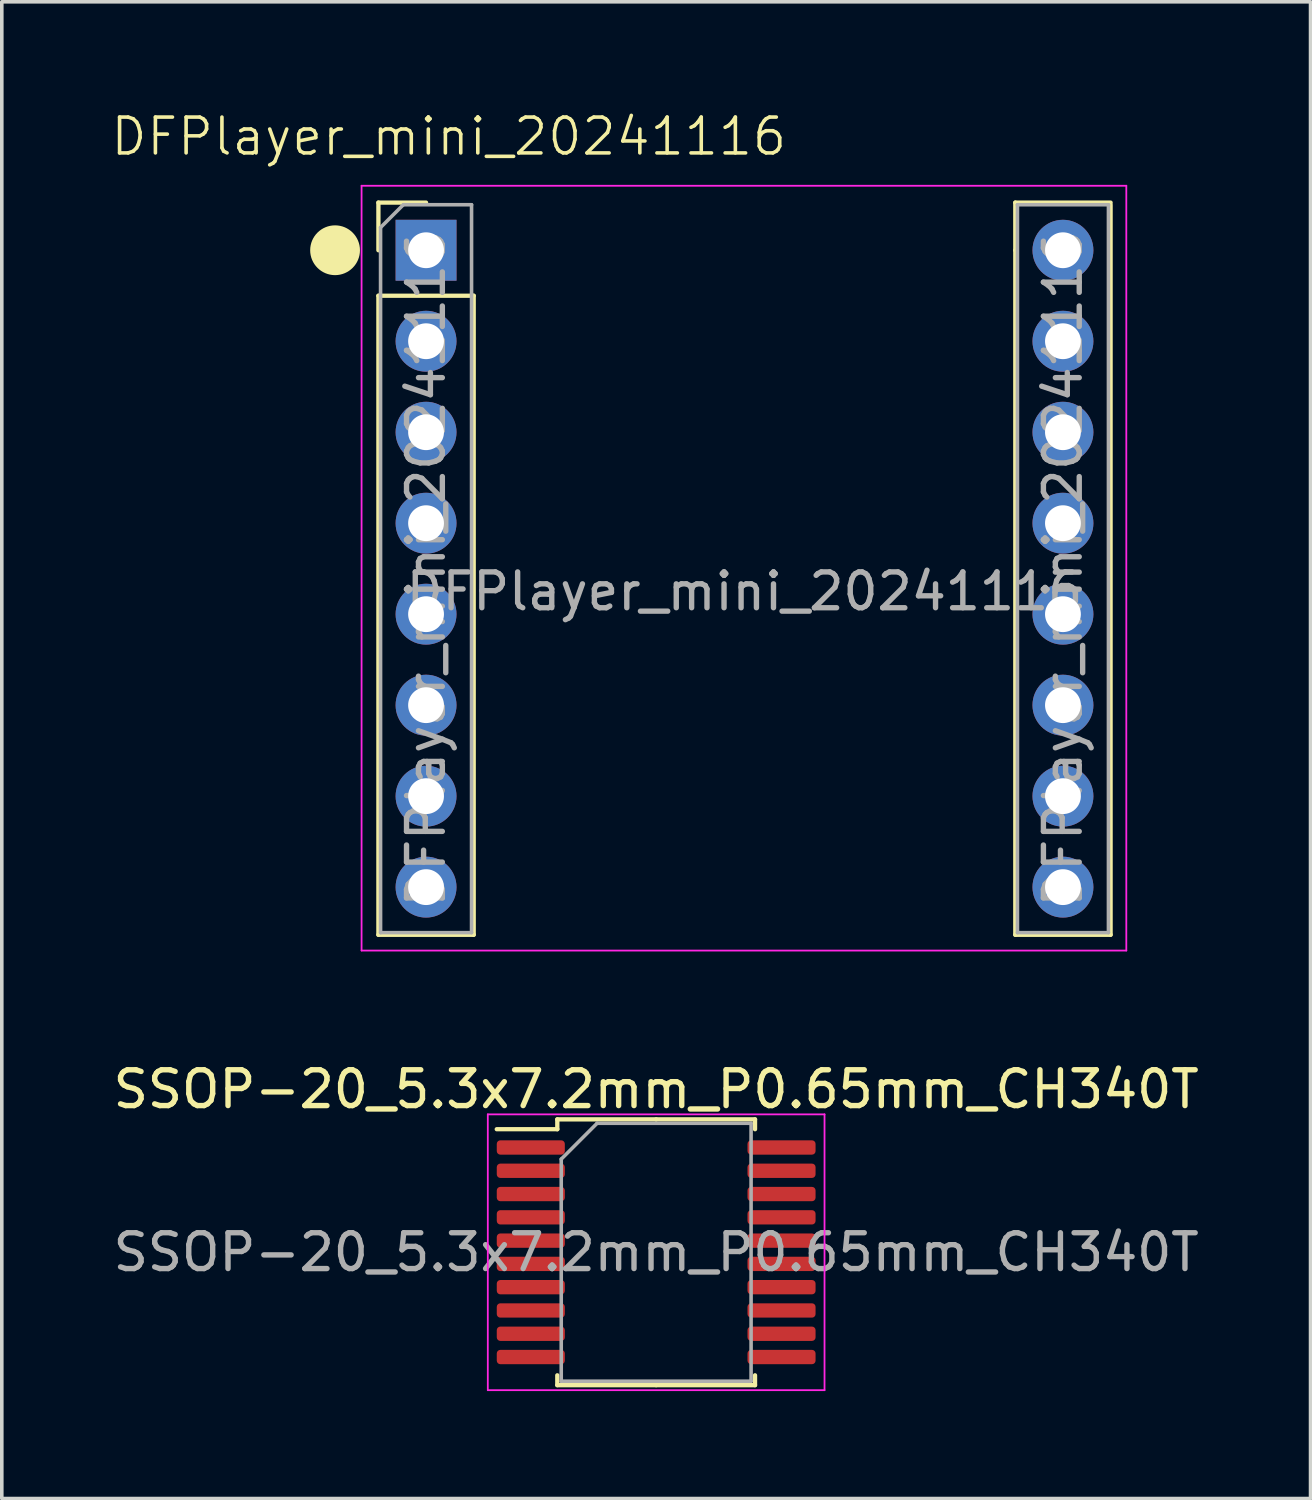
<source format=kicad_pcb>
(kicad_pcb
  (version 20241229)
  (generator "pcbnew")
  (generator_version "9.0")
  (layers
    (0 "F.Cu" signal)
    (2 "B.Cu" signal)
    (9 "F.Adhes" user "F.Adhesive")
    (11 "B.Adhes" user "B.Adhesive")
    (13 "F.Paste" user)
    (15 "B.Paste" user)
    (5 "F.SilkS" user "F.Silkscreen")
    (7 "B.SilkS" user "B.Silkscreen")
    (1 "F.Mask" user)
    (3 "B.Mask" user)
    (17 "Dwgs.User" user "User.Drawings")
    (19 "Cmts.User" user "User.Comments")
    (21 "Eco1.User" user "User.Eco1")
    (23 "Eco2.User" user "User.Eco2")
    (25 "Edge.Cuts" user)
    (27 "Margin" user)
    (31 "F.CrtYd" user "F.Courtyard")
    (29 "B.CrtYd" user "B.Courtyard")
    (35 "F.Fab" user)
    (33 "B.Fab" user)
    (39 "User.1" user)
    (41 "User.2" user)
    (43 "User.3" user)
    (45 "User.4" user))
  (footprint "DFPlayer_mini_20241116"
    (layer "F.Cu")
    (at 8.844 3.936)
    (property "Reference" "DFPlayer_mini_20241116" (at 0.635 -3.175 0) (unlocked yes) (layer "F.SilkS") (effects (font (size 1 1) (thickness 0.1))))
    (attr through_hole)
    (fp_line (start -1.33 -1.33) (end 0 -1.33) (stroke (width 0.12) (type solid)) (layer "F.SilkS"))
    (fp_line (start -1.33 0) (end -1.33 -1.33) (stroke (width 0.12) (type solid)) (layer "F.SilkS"))
    (fp_line (start -1.33 1.27) (end -1.33 19.11) (stroke (width 0.12) (type solid)) (layer "F.SilkS"))
    (fp_line (start -1.33 1.27) (end 1.33 1.27) (stroke (width 0.12) (type solid)) (layer "F.SilkS"))
    (fp_line (start -1.33 19.11) (end 1.33 19.11) (stroke (width 0.12) (type solid)) (layer "F.SilkS"))
    (fp_line (start 1.33 1.27) (end 1.33 19.11) (stroke (width 0.12) (type solid)) (layer "F.SilkS"))
    (fp_line (start 16.45 -1.33) (end 19.11 -1.33) (stroke (width 0.12) (type solid)) (layer "F.SilkS"))
    (fp_line (start 16.45 0) (end 16.45 -1.33) (stroke (width 0.12) (type solid)) (layer "F.SilkS"))
    (fp_line (start 16.45 0) (end 16.45 19.11) (stroke (width 0.12) (type solid)) (layer "F.SilkS"))
    (fp_line (start 16.45 19.11) (end 19.11 19.11) (stroke (width 0.12) (type solid)) (layer "F.SilkS"))
    (fp_line (start 19.11 -1.27) (end 19.11 19.11) (stroke (width 0.12) (type solid)) (layer "F.SilkS"))
    (fp_circle (center -2.54 0) (end -1.905 0) (stroke (width 0.12) (type solid)) (fill yes) (layer "F.SilkS"))
    (fp_line (start -1.8 -1.8) (end -1.8 19.55) (stroke (width 0.05) (type solid)) (layer "F.CrtYd"))
    (fp_line (start -1.8 19.55) (end 19.549 19.55) (stroke (width 0.05) (type solid)) (layer "F.CrtYd"))
    (fp_line (start 19.549 -1.8) (end -1.8 -1.8) (stroke (width 0.05) (type solid)) (layer "F.CrtYd"))
    (fp_line (start 19.549 19.55) (end 19.549 -1.8) (stroke (width 0.05) (type solid)) (layer "F.CrtYd"))
    (fp_line (start -1.27 -0.635) (end -0.635 -1.27) (stroke (width 0.1) (type solid)) (layer "F.Fab"))
    (fp_line (start -1.27 19.05) (end -1.27 -0.635) (stroke (width 0.1) (type solid)) (layer "F.Fab"))
    (fp_line (start -0.635 -1.27) (end 1.27 -1.27) (stroke (width 0.1) (type solid)) (layer "F.Fab"))
    (fp_line (start 1.27 -1.27) (end 1.27 19.05) (stroke (width 0.1) (type solid)) (layer "F.Fab"))
    (fp_line (start 1.27 19.05) (end -1.27 19.05) (stroke (width 0.1) (type solid)) (layer "F.Fab"))
    (fp_line (start 16.51 -1.27) (end 19.05 -1.27) (stroke (width 0.1) (type solid)) (layer "F.Fab"))
    (fp_line (start 16.51 19.05) (end 16.51 -1.27) (stroke (width 0.1) (type solid)) (layer "F.Fab"))
    (fp_line (start 19.05 -1.27) (end 19.05 19.05) (stroke (width 0.1) (type solid)) (layer "F.Fab"))
    (fp_line (start 19.05 19.05) (end 16.51 19.05) (stroke (width 0.1) (type solid)) (layer "F.Fab"))
    (fp_text user "${REFERENCE}" (at 17.78 8.89 90) (layer "F.Fab") (effects (font (size 1 1) (thickness 0.15))))
    (fp_text user "${REFERENCE}" (at 0 8.89 90) (layer "F.Fab") (effects (font (size 1 1) (thickness 0.15))))
    (fp_text user "${REFERENCE}" (at 8.89 9.525 0) (unlocked yes) (layer "F.Fab") (effects (font (size 1 1) (thickness 0.15))))
    (pad "1" thru_hole rect (at 0 0) (size 1.7 1.7) (drill 1) (layers "*.Cu" "*.Mask"))
    (pad "2" thru_hole oval (at 0 2.54) (size 1.7 1.7) (drill 1) (layers "*.Cu" "*.Mask"))
    (pad "3" thru_hole oval (at 0 5.08) (size 1.7 1.7) (drill 1) (layers "*.Cu" "*.Mask"))
    (pad "4" thru_hole oval (at 0 7.62) (size 1.7 1.7) (drill 1) (layers "*.Cu" "*.Mask"))
    (pad "5" thru_hole oval (at 0 10.16) (size 1.7 1.7) (drill 1) (layers "*.Cu" "*.Mask"))
    (pad "6" thru_hole oval (at 0 12.7) (size 1.7 1.7) (drill 1) (layers "*.Cu" "*.Mask"))
    (pad "7" thru_hole oval (at 0 15.24) (size 1.7 1.7) (drill 1) (layers "*.Cu" "*.Mask"))
    (pad "8" thru_hole oval (at 0 17.78) (size 1.7 1.7) (drill 1) (layers "*.Cu" "*.Mask"))
    (pad "9" thru_hole oval (at 17.78 17.78) (size 1.7 1.7) (drill 1) (layers "*.Cu" "*.Mask"))
    (pad "10" thru_hole oval (at 17.78 15.24) (size 1.7 1.7) (drill 1) (layers "*.Cu" "*.Mask"))
    (pad "11" thru_hole oval (at 17.78 12.7) (size 1.7 1.7) (drill 1) (layers "*.Cu" "*.Mask"))
    (pad "12" thru_hole oval (at 17.78 10.16) (size 1.7 1.7) (drill 1) (layers "*.Cu" "*.Mask"))
    (pad "13" thru_hole oval (at 17.78 7.62) (size 1.7 1.7) (drill 1) (layers "*.Cu" "*.Mask"))
    (pad "14" thru_hole oval (at 17.78 5.08) (size 1.7 1.7) (drill 1) (layers "*.Cu" "*.Mask"))
    (pad "15" thru_hole oval (at 17.78 2.54) (size 1.7 1.7) (drill 1) (layers "*.Cu" "*.Mask"))
    (pad "16" thru_hole oval (at 17.78 0) (size 1.7 1.7) (drill 1) (layers "*.Cu" "*.Mask")))
  (footprint "SSOP-20_5.3x7.2mm_P0.65mm_CH340T"
    (layer "F.Cu")
    (at 15.268 31.909)
    (property "Reference" "SSOP-20_5.3x7.2mm_P0.65mm_CH340T" (at 0 -4.55 0) (layer "F.SilkS") (effects (font (size 1 1) (thickness 0.15))))
    (attr smd)
    (fp_line (start -2.76 -3.71) (end -2.76 -3.435) (stroke (width 0.12) (type solid)) (layer "F.SilkS"))
    (fp_line (start -2.76 -3.435) (end -4.45 -3.435) (stroke (width 0.12) (type solid)) (layer "F.SilkS"))
    (fp_line (start -2.76 3.71) (end -2.76 3.435) (stroke (width 0.12) (type solid)) (layer "F.SilkS"))
    (fp_line (start 0 -3.71) (end -2.76 -3.71) (stroke (width 0.12) (type solid)) (layer "F.SilkS"))
    (fp_line (start 0 -3.71) (end 2.76 -3.71) (stroke (width 0.12) (type solid)) (layer "F.SilkS"))
    (fp_line (start 0 3.71) (end -2.76 3.71) (stroke (width 0.12) (type solid)) (layer "F.SilkS"))
    (fp_line (start 0 3.71) (end 2.76 3.71) (stroke (width 0.12) (type solid)) (layer "F.SilkS"))
    (fp_line (start 2.76 -3.71) (end 2.76 -3.435) (stroke (width 0.12) (type solid)) (layer "F.SilkS"))
    (fp_line (start 2.76 3.71) (end 2.76 3.435) (stroke (width 0.12) (type solid)) (layer "F.SilkS"))
    (fp_line (start -4.7 -3.85) (end -4.7 3.85) (stroke (width 0.05) (type solid)) (layer "F.CrtYd"))
    (fp_line (start -4.7 3.85) (end 4.7 3.85) (stroke (width 0.05) (type solid)) (layer "F.CrtYd"))
    (fp_line (start 4.7 -3.85) (end -4.7 -3.85) (stroke (width 0.05) (type solid)) (layer "F.CrtYd"))
    (fp_line (start 4.7 3.85) (end 4.7 -3.85) (stroke (width 0.05) (type solid)) (layer "F.CrtYd"))
    (fp_line (start -2.65 -2.6) (end -1.65 -3.6) (stroke (width 0.1) (type solid)) (layer "F.Fab"))
    (fp_line (start -2.65 3.6) (end -2.65 -2.6) (stroke (width 0.1) (type solid)) (layer "F.Fab"))
    (fp_line (start -1.65 -3.6) (end 2.65 -3.6) (stroke (width 0.1) (type solid)) (layer "F.Fab"))
    (fp_line (start 2.65 -3.6) (end 2.65 3.6) (stroke (width 0.1) (type solid)) (layer "F.Fab"))
    (fp_line (start 2.65 3.6) (end -2.65 3.6) (stroke (width 0.1) (type solid)) (layer "F.Fab"))
    (fp_text user "${REFERENCE}" (at 0 0 0) (layer "F.Fab") (effects (font (size 1 1) (thickness 0.15))))
    (pad "1" smd roundrect (at -3.5 -2.925) (size 1.9 0.4) (layers "F.Cu" "F.Mask" "F.Paste") (roundrect_rratio 0.25))
    (pad "2" smd roundrect (at -3.5 -2.275) (size 1.9 0.4) (layers "F.Cu" "F.Mask" "F.Paste") (roundrect_rratio 0.25))
    (pad "3" smd roundrect (at -3.5 -1.625) (size 1.9 0.4) (layers "F.Cu" "F.Mask" "F.Paste") (roundrect_rratio 0.25))
    (pad "4" smd roundrect (at -3.5 -0.975) (size 1.9 0.4) (layers "F.Cu" "F.Mask" "F.Paste") (roundrect_rratio 0.25))
    (pad "5" smd roundrect (at -3.5 -0.325) (size 1.9 0.4) (layers "F.Cu" "F.Mask" "F.Paste") (roundrect_rratio 0.25))
    (pad "6" smd roundrect (at -3.5 0.325) (size 1.9 0.4) (layers "F.Cu" "F.Mask" "F.Paste") (roundrect_rratio 0.25))
    (pad "7" smd roundrect (at -3.5 0.975) (size 1.9 0.4) (layers "F.Cu" "F.Mask" "F.Paste") (roundrect_rratio 0.25))
    (pad "8" smd roundrect (at -3.5 1.625) (size 1.9 0.4) (layers "F.Cu" "F.Mask" "F.Paste") (roundrect_rratio 0.25))
    (pad "9" smd roundrect (at -3.5 2.275) (size 1.9 0.4) (layers "F.Cu" "F.Mask" "F.Paste") (roundrect_rratio 0.25))
    (pad "10" smd roundrect (at -3.5 2.925) (size 1.9 0.4) (layers "F.Cu" "F.Mask" "F.Paste") (roundrect_rratio 0.25))
    (pad "11" smd roundrect (at 3.5 2.925) (size 1.9 0.4) (layers "F.Cu" "F.Mask" "F.Paste") (roundrect_rratio 0.25))
    (pad "12" smd roundrect (at 3.5 2.275) (size 1.9 0.4) (layers "F.Cu" "F.Mask" "F.Paste") (roundrect_rratio 0.25))
    (pad "13" smd roundrect (at 3.5 1.625) (size 1.9 0.4) (layers "F.Cu" "F.Mask" "F.Paste") (roundrect_rratio 0.25))
    (pad "14" smd roundrect (at 3.5 0.975) (size 1.9 0.4) (layers "F.Cu" "F.Mask" "F.Paste") (roundrect_rratio 0.25))
    (pad "15" smd roundrect (at 3.5 0.325) (size 1.9 0.4) (layers "F.Cu" "F.Mask" "F.Paste") (roundrect_rratio 0.25))
    (pad "16" smd roundrect (at 3.5 -0.325) (size 1.9 0.4) (layers "F.Cu" "F.Mask" "F.Paste") (roundrect_rratio 0.25))
    (pad "17" smd roundrect (at 3.5 -0.975) (size 1.9 0.4) (layers "F.Cu" "F.Mask" "F.Paste") (roundrect_rratio 0.25))
    (pad "18" smd roundrect (at 3.5 -1.625) (size 1.9 0.4) (layers "F.Cu" "F.Mask" "F.Paste") (roundrect_rratio 0.25))
    (pad "19" smd roundrect (at 3.5 -2.275) (size 1.9 0.4) (layers "F.Cu" "F.Mask" "F.Paste") (roundrect_rratio 0.25))
    (pad "20" smd roundrect (at 3.5 -2.925) (size 1.9 0.4) (layers "F.Cu" "F.Mask" "F.Paste") (roundrect_rratio 0.25)))
  (gr_rect
    (start -3 -3)
    (end 33.536 38.784)
    (stroke (width 0.1) (type default))
    (fill no)
    (layer "Edge.Cuts")))
</source>
